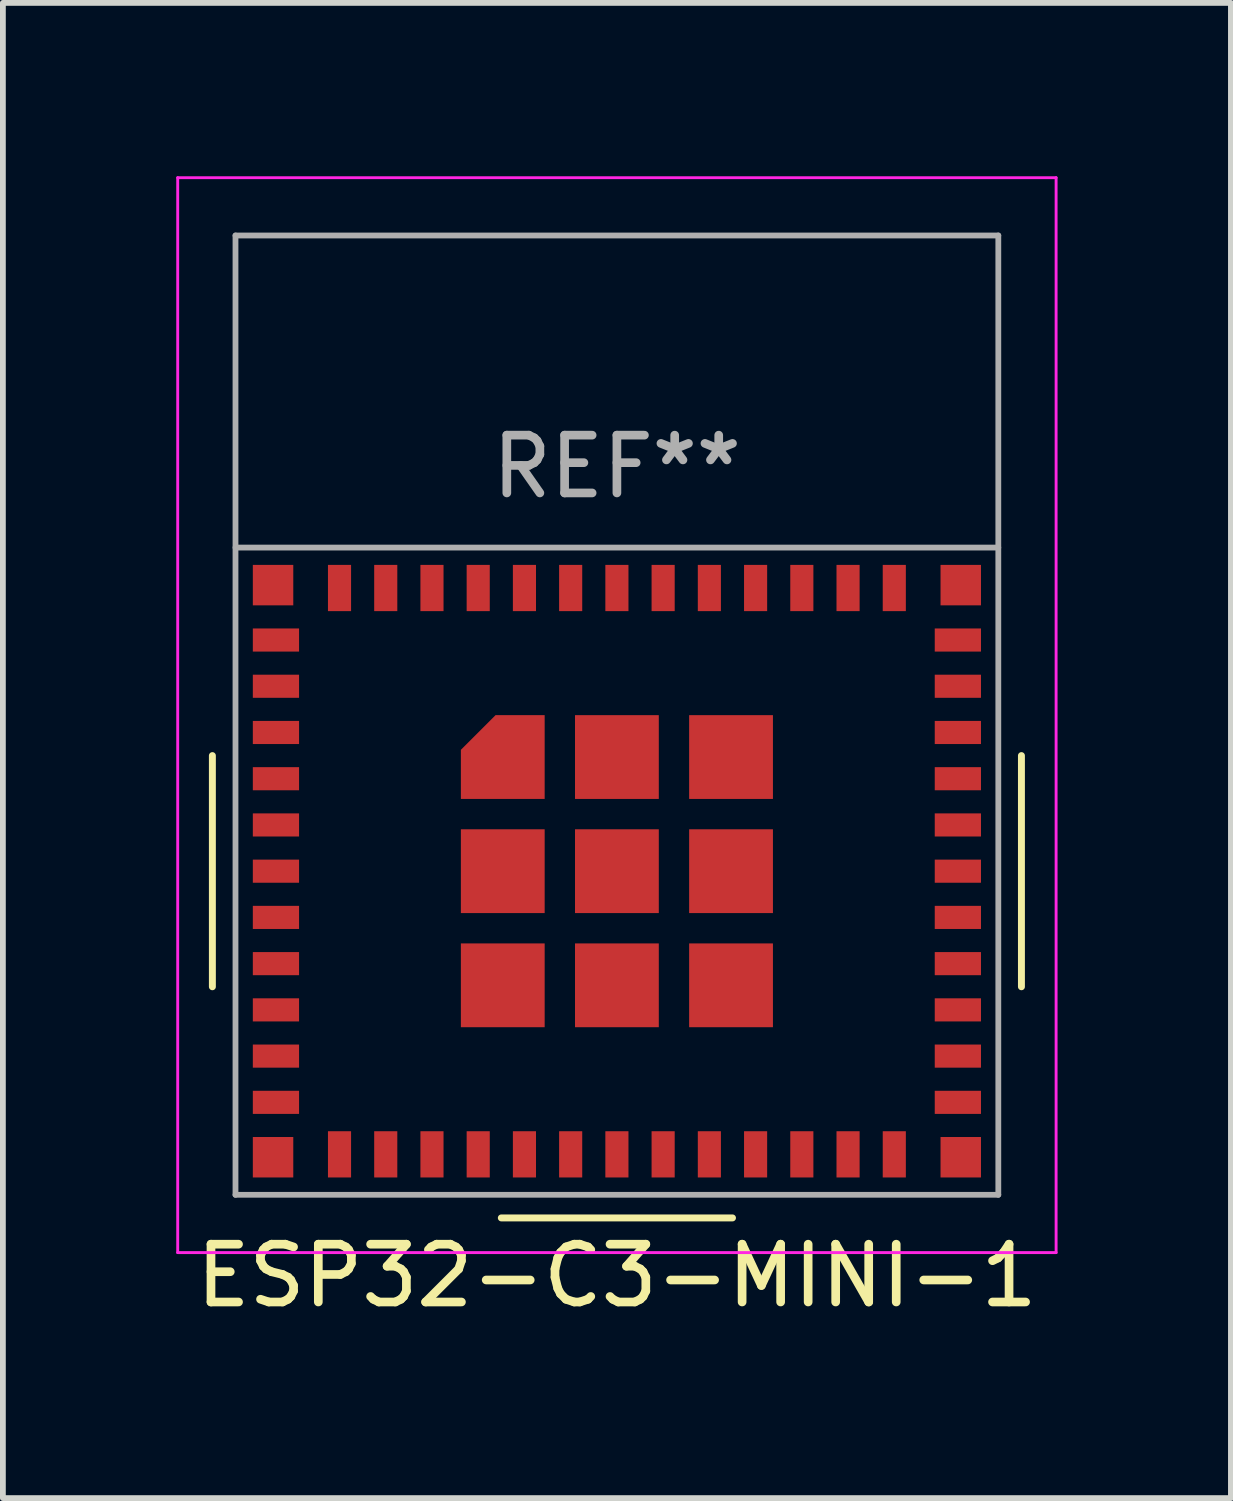
<source format=kicad_pcb>
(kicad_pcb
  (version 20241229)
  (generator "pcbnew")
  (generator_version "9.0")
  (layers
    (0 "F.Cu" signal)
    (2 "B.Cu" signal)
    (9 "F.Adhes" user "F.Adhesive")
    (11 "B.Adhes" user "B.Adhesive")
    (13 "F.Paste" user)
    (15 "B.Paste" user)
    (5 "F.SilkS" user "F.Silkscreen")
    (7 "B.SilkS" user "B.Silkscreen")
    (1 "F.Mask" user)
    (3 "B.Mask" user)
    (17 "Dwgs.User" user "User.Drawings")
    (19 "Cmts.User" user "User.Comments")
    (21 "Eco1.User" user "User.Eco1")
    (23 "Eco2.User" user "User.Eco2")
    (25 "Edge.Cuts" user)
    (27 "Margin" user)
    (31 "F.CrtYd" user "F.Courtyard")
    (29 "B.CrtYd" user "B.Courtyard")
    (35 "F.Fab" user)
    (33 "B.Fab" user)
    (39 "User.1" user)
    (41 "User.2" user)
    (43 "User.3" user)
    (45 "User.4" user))
  (footprint "ESP32-C3-MINI-1"
    (layer "F.Cu")
    (at 7.625 12.025)
    (property "Reference" "ESP32-C3-MINI-1" (at 0 7 0) (layer "F.SilkS") (effects (font (size 1 1) (thickness 0.15))))
    (attr smd)
    (fp_line (start -7 -2) (end -7 2) (stroke (width 0.12) (type solid)) (layer "F.SilkS"))
    (fp_line (start -2 6) (end 2 6) (stroke (width 0.12) (type solid)) (layer "F.SilkS"))
    (fp_line (start 7 -2) (end 7 2) (stroke (width 0.12) (type solid)) (layer "F.SilkS"))
    (fp_line (start -7.6 -12) (end -7.6 6.6) (stroke (width 0.05) (type solid)) (layer "F.CrtYd"))
    (fp_line (start -7.6 6.6) (end 7.6 6.6) (stroke (width 0.05) (type solid)) (layer "F.CrtYd"))
    (fp_line (start 7.6 -12) (end -7.6 -12) (stroke (width 0.05) (type solid)) (layer "F.CrtYd"))
    (fp_line (start 7.6 6.6) (end 7.6 -12) (stroke (width 0.05) (type solid)) (layer "F.CrtYd"))
    (fp_line (start -6.6 -11) (end -6.6 5.6) (stroke (width 0.1) (type solid)) (layer "F.Fab"))
    (fp_line (start -6.6 -5.6) (end 6.6 -5.6) (stroke (width 0.1) (type solid)) (layer "F.Fab"))
    (fp_line (start -6.6 5.6) (end 6.6 5.6) (stroke (width 0.1) (type solid)) (layer "F.Fab"))
    (fp_line (start 6.6 -11) (end -6.6 -11) (stroke (width 0.1) (type solid)) (layer "F.Fab"))
    (fp_line (start 6.6 5.6) (end 6.6 -11) (stroke (width 0.1) (type solid)) (layer "F.Fab"))
    (fp_text user "REF**" (at 0 -7 0) (layer "F.Fab") (effects (font (size 1 1) (thickness 0.15))))
    (pad "1" smd rect (at -5.9 -4) (size 0.8 0.4) (layers "F.Cu" "F.Mask" "F.Paste"))
    (pad "2" smd rect (at -5.9 -3.2) (size 0.8 0.4) (layers "F.Cu" "F.Mask" "F.Paste"))
    (pad "3" smd rect (at -5.9 -2.4) (size 0.8 0.4) (layers "F.Cu" "F.Mask" "F.Paste"))
    (pad "4" smd rect (at -5.9 -1.6) (size 0.8 0.4) (layers "F.Cu" "F.Mask" "F.Paste"))
    (pad "5" smd rect (at -5.9 -0.8) (size 0.8 0.4) (layers "F.Cu" "F.Mask" "F.Paste"))
    (pad "6" smd rect (at -5.9 0) (size 0.8 0.4) (layers "F.Cu" "F.Mask" "F.Paste"))
    (pad "7" smd rect (at -5.9 0.8) (size 0.8 0.4) (layers "F.Cu" "F.Mask" "F.Paste"))
    (pad "8" smd rect (at -5.9 1.6) (size 0.8 0.4) (layers "F.Cu" "F.Mask" "F.Paste"))
    (pad "9" smd rect (at -5.9 2.4) (size 0.8 0.4) (layers "F.Cu" "F.Mask" "F.Paste"))
    (pad "10" smd rect (at -5.9 3.2) (size 0.8 0.4) (layers "F.Cu" "F.Mask" "F.Paste"))
    (pad "11" smd rect (at -5.9 4) (size 0.8 0.4) (layers "F.Cu" "F.Mask" "F.Paste"))
    (pad "12" smd rect (at -4.8 4.9) (size 0.4 0.8) (layers "F.Cu" "F.Mask" "F.Paste"))
    (pad "13" smd rect (at -4 4.9) (size 0.4 0.8) (layers "F.Cu" "F.Mask" "F.Paste"))
    (pad "14" smd rect (at -3.2 4.9) (size 0.4 0.8) (layers "F.Cu" "F.Mask" "F.Paste"))
    (pad "15" smd rect (at -2.4 4.9) (size 0.4 0.8) (layers "F.Cu" "F.Mask" "F.Paste"))
    (pad "16" smd rect (at -1.6 4.9) (size 0.4 0.8) (layers "F.Cu" "F.Mask" "F.Paste"))
    (pad "17" smd rect (at -0.8 4.9) (size 0.4 0.8) (layers "F.Cu" "F.Mask" "F.Paste"))
    (pad "18" smd rect (at 0 4.9) (size 0.4 0.8) (layers "F.Cu" "F.Mask" "F.Paste"))
    (pad "19" smd rect (at 0.8 4.9) (size 0.4 0.8) (layers "F.Cu" "F.Mask" "F.Paste"))
    (pad "20" smd rect (at 1.6 4.9) (size 0.4 0.8) (layers "F.Cu" "F.Mask" "F.Paste"))
    (pad "21" smd rect (at 2.4 4.9) (size 0.4 0.8) (layers "F.Cu" "F.Mask" "F.Paste"))
    (pad "22" smd rect (at 3.2 4.9) (size 0.4 0.8) (layers "F.Cu" "F.Mask" "F.Paste"))
    (pad "23" smd rect (at 4 4.9) (size 0.4 0.8) (layers "F.Cu" "F.Mask" "F.Paste"))
    (pad "24" smd rect (at 4.8 4.9) (size 0.4 0.8) (layers "F.Cu" "F.Mask" "F.Paste"))
    (pad "25" smd rect (at 5.9 4) (size 0.8 0.4) (layers "F.Cu" "F.Mask" "F.Paste"))
    (pad "26" smd rect (at 5.9 3.2) (size 0.8 0.4) (layers "F.Cu" "F.Mask" "F.Paste"))
    (pad "27" smd rect (at 5.9 2.4) (size 0.8 0.4) (layers "F.Cu" "F.Mask" "F.Paste"))
    (pad "28" smd rect (at 5.9 1.6) (size 0.8 0.4) (layers "F.Cu" "F.Mask" "F.Paste"))
    (pad "29" smd rect (at 5.9 0.8) (size 0.8 0.4) (layers "F.Cu" "F.Mask" "F.Paste"))
    (pad "30" smd rect (at 5.9 0) (size 0.8 0.4) (layers "F.Cu" "F.Mask" "F.Paste"))
    (pad "31" smd rect (at 5.9 -0.8) (size 0.8 0.4) (layers "F.Cu" "F.Mask" "F.Paste"))
    (pad "32" smd rect (at 5.9 -1.6) (size 0.8 0.4) (layers "F.Cu" "F.Mask" "F.Paste"))
    (pad "33" smd rect (at 5.9 -2.4) (size 0.8 0.4) (layers "F.Cu" "F.Mask" "F.Paste"))
    (pad "34" smd rect (at 5.9 -3.2) (size 0.8 0.4) (layers "F.Cu" "F.Mask" "F.Paste"))
    (pad "35" smd rect (at 5.9 -4) (size 0.8 0.4) (layers "F.Cu" "F.Mask" "F.Paste"))
    (pad "36" smd rect (at 4.8 -4.9) (size 0.4 0.8) (layers "F.Cu" "F.Mask" "F.Paste"))
    (pad "37" smd rect (at 4 -4.9) (size 0.4 0.8) (layers "F.Cu" "F.Mask" "F.Paste"))
    (pad "38" smd rect (at 3.2 -4.9) (size 0.4 0.8) (layers "F.Cu" "F.Mask" "F.Paste"))
    (pad "39" smd rect (at 2.4 -4.9) (size 0.4 0.8) (layers "F.Cu" "F.Mask" "F.Paste"))
    (pad "40" smd rect (at 1.6 -4.9) (size 0.4 0.8) (layers "F.Cu" "F.Mask" "F.Paste"))
    (pad "41" smd rect (at 0.8 -4.9) (size 0.4 0.8) (layers "F.Cu" "F.Mask" "F.Paste"))
    (pad "42" smd rect (at 0 -4.9) (size 0.4 0.8) (layers "F.Cu" "F.Mask" "F.Paste"))
    (pad "43" smd rect (at -0.8 -4.9) (size 0.4 0.8) (layers "F.Cu" "F.Mask" "F.Paste"))
    (pad "44" smd rect (at -1.6 -4.9) (size 0.4 0.8) (layers "F.Cu" "F.Mask" "F.Paste"))
    (pad "45" smd rect (at -2.4 -4.9) (size 0.4 0.8) (layers "F.Cu" "F.Mask" "F.Paste"))
    (pad "46" smd rect (at -3.2 -4.9) (size 0.4 0.8) (layers "F.Cu" "F.Mask" "F.Paste"))
    (pad "47" smd rect (at -4 -4.9) (size 0.4 0.8) (layers "F.Cu" "F.Mask" "F.Paste"))
    (pad "48" smd rect (at -4.8 -4.9) (size 0.4 0.8) (layers "F.Cu" "F.Mask" "F.Paste"))
    (pad "49" smd custom (at -1.975 -1.975) (size 0.85 0.85) (layers "F.Cu" "F.Mask" "F.Paste") (options (anchor rect)) (primitives (gr_poly (pts (xy 0.725 0.725) (xy -0.725 0.725) (xy -0.725 -0.125) (xy -0.125 -0.725) (xy 0.725 -0.725)) (width 0) (fill yes))))
    (pad "49" smd rect (at -1.975 0) (size 1.45 1.45) (layers "F.Cu" "F.Mask" "F.Paste"))
    (pad "49" smd rect (at -1.975 1.975) (size 1.45 1.45) (layers "F.Cu" "F.Mask" "F.Paste"))
    (pad "49" smd rect (at 0 -1.975) (size 1.45 1.45) (layers "F.Cu" "F.Mask" "F.Paste"))
    (pad "49" smd rect (at 0 0) (size 1.45 1.45) (layers "F.Cu" "F.Mask" "F.Paste"))
    (pad "49" smd rect (at 0 1.975) (size 1.45 1.45) (layers "F.Cu" "F.Mask" "F.Paste"))
    (pad "49" smd rect (at 1.975 -1.975) (size 1.45 1.45) (layers "F.Cu" "F.Mask" "F.Paste"))
    (pad "49" smd rect (at 1.975 0) (size 1.45 1.45) (layers "F.Cu" "F.Mask" "F.Paste"))
    (pad "49" smd rect (at 1.975 1.975) (size 1.45 1.45) (layers "F.Cu" "F.Mask" "F.Paste"))
    (pad "50" smd rect (at 5.95 -4.95) (size 0.7 0.7) (layers "F.Cu" "F.Mask" "F.Paste"))
    (pad "51" smd rect (at 5.95 4.95) (size 0.7 0.7) (layers "F.Cu" "F.Mask" "F.Paste"))
    (pad "52" smd rect (at -5.95 4.95) (size 0.7 0.7) (layers "F.Cu" "F.Mask" "F.Paste"))
    (pad "53" smd rect (at -5.95 -4.95) (size 0.7 0.7) (layers "F.Cu" "F.Mask" "F.Paste")))
  (gr_rect
    (start -3 -3)
    (end 18.25 22.873)
    (stroke (width 0.1) (type default))
    (fill no)
    (layer "Edge.Cuts")))
</source>
